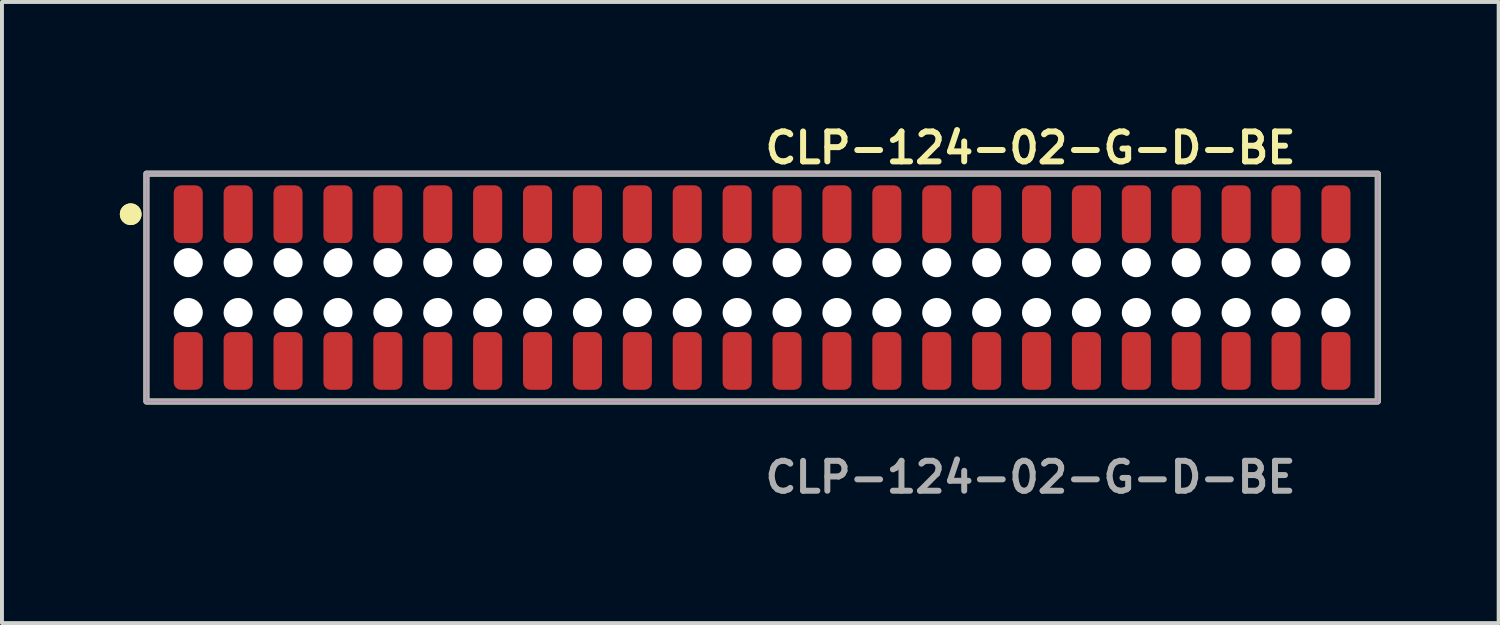
<source format=kicad_pcb>
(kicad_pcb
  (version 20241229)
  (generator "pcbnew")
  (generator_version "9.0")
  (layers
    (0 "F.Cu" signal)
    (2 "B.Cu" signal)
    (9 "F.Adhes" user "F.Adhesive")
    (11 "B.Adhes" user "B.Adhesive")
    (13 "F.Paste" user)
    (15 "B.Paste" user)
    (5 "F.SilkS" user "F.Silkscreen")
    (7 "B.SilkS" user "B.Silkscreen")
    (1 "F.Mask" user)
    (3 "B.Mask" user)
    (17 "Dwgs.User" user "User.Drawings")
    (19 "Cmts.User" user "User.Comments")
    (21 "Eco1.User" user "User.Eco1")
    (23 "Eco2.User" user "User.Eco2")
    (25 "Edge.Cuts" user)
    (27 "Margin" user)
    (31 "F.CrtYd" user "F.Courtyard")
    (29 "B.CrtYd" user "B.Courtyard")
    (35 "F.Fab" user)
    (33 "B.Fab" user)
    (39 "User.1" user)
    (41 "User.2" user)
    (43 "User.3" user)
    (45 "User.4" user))
  (footprint "CLP-124-02-G-D-BE"
    (layer "F.Cu")
    (at 16.346 4.269)
    (property "Reference" "CLP-124-02-G-D-BE" (at 0 -3.556 0) (unlocked yes) (layer "F.SilkS") (effects (font (size 0.762 0.762) (thickness 0.152)) (justify left)))
    (fp_rect (start -15.67 2.9) (end 15.67 -2.9) (stroke (width 0.152) (type solid)) (fill no) (layer "F.SilkS"))
    (fp_circle (center -16.07 -1.867) (end -16.27 -1.867) (stroke (width 0.152) (type solid)) (fill yes) (layer "F.SilkS"))
    (fp_circle (center -16.07 -1.867) (end -16.27 -1.867) (stroke (width 0.152) (type solid)) (fill yes) (layer "F.SilkS"))
    (fp_rect (start -15.67 2.9) (end 15.67 -2.9) (stroke (width 0.006) (type solid)) (fill no) (layer "F.CrtYd"))
    (fp_rect (start -15.67 2.9) (end 15.67 -2.9) (stroke (width 0.152) (type solid)) (fill no) (layer "F.Fab"))
    (fp_text user "${REFERENCE}" (at 0 4.826 0) (unlocked yes) (layer "F.Fab") (effects (font (size 0.762 0.762) (thickness 0.152)) (justify left)))
    (pad "" np_thru_hole circle (at -14.605 -0.635) (size 0.74 0.74) (drill 0.74) (layers "*.Cu" "*.Mask"))
    (pad "" np_thru_hole circle (at -14.605 0.635) (size 0.74 0.74) (drill 0.74) (layers "*.Cu" "*.Mask"))
    (pad "" np_thru_hole circle (at -13.335 -0.635) (size 0.74 0.74) (drill 0.74) (layers "*.Cu" "*.Mask"))
    (pad "" np_thru_hole circle (at -13.335 0.635) (size 0.74 0.74) (drill 0.74) (layers "*.Cu" "*.Mask"))
    (pad "" np_thru_hole circle (at -12.065 -0.635) (size 0.74 0.74) (drill 0.74) (layers "*.Cu" "*.Mask"))
    (pad "" np_thru_hole circle (at -12.065 0.635) (size 0.74 0.74) (drill 0.74) (layers "*.Cu" "*.Mask"))
    (pad "" np_thru_hole circle (at -10.795 -0.635) (size 0.74 0.74) (drill 0.74) (layers "*.Cu" "*.Mask"))
    (pad "" np_thru_hole circle (at -10.795 0.635) (size 0.74 0.74) (drill 0.74) (layers "*.Cu" "*.Mask"))
    (pad "" np_thru_hole circle (at -9.525 -0.635) (size 0.74 0.74) (drill 0.74) (layers "*.Cu" "*.Mask"))
    (pad "" np_thru_hole circle (at -9.525 0.635) (size 0.74 0.74) (drill 0.74) (layers "*.Cu" "*.Mask"))
    (pad "" np_thru_hole circle (at -8.255 -0.635) (size 0.74 0.74) (drill 0.74) (layers "*.Cu" "*.Mask"))
    (pad "" np_thru_hole circle (at -8.255 0.635) (size 0.74 0.74) (drill 0.74) (layers "*.Cu" "*.Mask"))
    (pad "" np_thru_hole circle (at -6.985 -0.635) (size 0.74 0.74) (drill 0.74) (layers "*.Cu" "*.Mask"))
    (pad "" np_thru_hole circle (at -6.985 0.635) (size 0.74 0.74) (drill 0.74) (layers "*.Cu" "*.Mask"))
    (pad "" np_thru_hole circle (at -5.715 -0.635) (size 0.74 0.74) (drill 0.74) (layers "*.Cu" "*.Mask"))
    (pad "" np_thru_hole circle (at -5.715 0.635) (size 0.74 0.74) (drill 0.74) (layers "*.Cu" "*.Mask"))
    (pad "" np_thru_hole circle (at -4.445 -0.635) (size 0.74 0.74) (drill 0.74) (layers "*.Cu" "*.Mask"))
    (pad "" np_thru_hole circle (at -4.445 0.635) (size 0.74 0.74) (drill 0.74) (layers "*.Cu" "*.Mask"))
    (pad "" np_thru_hole circle (at -3.175 -0.635) (size 0.74 0.74) (drill 0.74) (layers "*.Cu" "*.Mask"))
    (pad "" np_thru_hole circle (at -3.175 0.635) (size 0.74 0.74) (drill 0.74) (layers "*.Cu" "*.Mask"))
    (pad "" np_thru_hole circle (at -1.905 -0.635) (size 0.74 0.74) (drill 0.74) (layers "*.Cu" "*.Mask"))
    (pad "" np_thru_hole circle (at -1.905 0.635) (size 0.74 0.74) (drill 0.74) (layers "*.Cu" "*.Mask"))
    (pad "" np_thru_hole circle (at -0.635 -0.635) (size 0.74 0.74) (drill 0.74) (layers "*.Cu" "*.Mask"))
    (pad "" np_thru_hole circle (at -0.635 0.635) (size 0.74 0.74) (drill 0.74) (layers "*.Cu" "*.Mask"))
    (pad "" np_thru_hole circle (at 0.635 -0.635) (size 0.74 0.74) (drill 0.74) (layers "*.Cu" "*.Mask"))
    (pad "" np_thru_hole circle (at 0.635 0.635) (size 0.74 0.74) (drill 0.74) (layers "*.Cu" "*.Mask"))
    (pad "" np_thru_hole circle (at 1.905 -0.635) (size 0.74 0.74) (drill 0.74) (layers "*.Cu" "*.Mask"))
    (pad "" np_thru_hole circle (at 1.905 0.635) (size 0.74 0.74) (drill 0.74) (layers "*.Cu" "*.Mask"))
    (pad "" np_thru_hole circle (at 3.175 -0.635) (size 0.74 0.74) (drill 0.74) (layers "*.Cu" "*.Mask"))
    (pad "" np_thru_hole circle (at 3.175 0.635) (size 0.74 0.74) (drill 0.74) (layers "*.Cu" "*.Mask"))
    (pad "" np_thru_hole circle (at 4.445 -0.635) (size 0.74 0.74) (drill 0.74) (layers "*.Cu" "*.Mask"))
    (pad "" np_thru_hole circle (at 4.445 0.635) (size 0.74 0.74) (drill 0.74) (layers "*.Cu" "*.Mask"))
    (pad "" np_thru_hole circle (at 5.715 -0.635) (size 0.74 0.74) (drill 0.74) (layers "*.Cu" "*.Mask"))
    (pad "" np_thru_hole circle (at 5.715 0.635) (size 0.74 0.74) (drill 0.74) (layers "*.Cu" "*.Mask"))
    (pad "" np_thru_hole circle (at 6.985 -0.635) (size 0.74 0.74) (drill 0.74) (layers "*.Cu" "*.Mask"))
    (pad "" np_thru_hole circle (at 6.985 0.635) (size 0.74 0.74) (drill 0.74) (layers "*.Cu" "*.Mask"))
    (pad "" np_thru_hole circle (at 8.255 -0.635) (size 0.74 0.74) (drill 0.74) (layers "*.Cu" "*.Mask"))
    (pad "" np_thru_hole circle (at 8.255 0.635) (size 0.74 0.74) (drill 0.74) (layers "*.Cu" "*.Mask"))
    (pad "" np_thru_hole circle (at 9.525 -0.635) (size 0.74 0.74) (drill 0.74) (layers "*.Cu" "*.Mask"))
    (pad "" np_thru_hole circle (at 9.525 0.635) (size 0.74 0.74) (drill 0.74) (layers "*.Cu" "*.Mask"))
    (pad "" np_thru_hole circle (at 10.795 -0.635) (size 0.74 0.74) (drill 0.74) (layers "*.Cu" "*.Mask"))
    (pad "" np_thru_hole circle (at 10.795 0.635) (size 0.74 0.74) (drill 0.74) (layers "*.Cu" "*.Mask"))
    (pad "" np_thru_hole circle (at 12.065 -0.635) (size 0.74 0.74) (drill 0.74) (layers "*.Cu" "*.Mask"))
    (pad "" np_thru_hole circle (at 12.065 0.635) (size 0.74 0.74) (drill 0.74) (layers "*.Cu" "*.Mask"))
    (pad "" np_thru_hole circle (at 13.335 -0.635) (size 0.74 0.74) (drill 0.74) (layers "*.Cu" "*.Mask"))
    (pad "" np_thru_hole circle (at 13.335 0.635) (size 0.74 0.74) (drill 0.74) (layers "*.Cu" "*.Mask"))
    (pad "" np_thru_hole circle (at 14.605 -0.635) (size 0.74 0.74) (drill 0.74) (layers "*.Cu" "*.Mask"))
    (pad "" np_thru_hole circle (at 14.605 0.635) (size 0.74 0.74) (drill 0.74) (layers "*.Cu" "*.Mask"))
    (pad "1" smd roundrect (at -14.605 -1.867) (size 0.74 1.47) (layers "F.Cu" "F.Paste") (roundrect_rratio 0.25))
    (pad "2" smd roundrect (at -14.605 1.867) (size 0.74 1.47) (layers "F.Cu" "F.Paste") (roundrect_rratio 0.25))
    (pad "3" smd roundrect (at -13.335 -1.867) (size 0.74 1.47) (layers "F.Cu" "F.Paste") (roundrect_rratio 0.25))
    (pad "4" smd roundrect (at -13.335 1.867) (size 0.74 1.47) (layers "F.Cu" "F.Paste") (roundrect_rratio 0.25))
    (pad "5" smd roundrect (at -12.065 -1.867) (size 0.74 1.47) (layers "F.Cu" "F.Paste") (roundrect_rratio 0.25))
    (pad "6" smd roundrect (at -12.065 1.867) (size 0.74 1.47) (layers "F.Cu" "F.Paste") (roundrect_rratio 0.25))
    (pad "7" smd roundrect (at -10.795 -1.867) (size 0.74 1.47) (layers "F.Cu" "F.Paste") (roundrect_rratio 0.25))
    (pad "8" smd roundrect (at -10.795 1.867) (size 0.74 1.47) (layers "F.Cu" "F.Paste") (roundrect_rratio 0.25))
    (pad "9" smd roundrect (at -9.525 -1.867) (size 0.74 1.47) (layers "F.Cu" "F.Paste") (roundrect_rratio 0.25))
    (pad "10" smd roundrect (at -9.525 1.867) (size 0.74 1.47) (layers "F.Cu" "F.Paste") (roundrect_rratio 0.25))
    (pad "11" smd roundrect (at -8.255 -1.867) (size 0.74 1.47) (layers "F.Cu" "F.Paste") (roundrect_rratio 0.25))
    (pad "12" smd roundrect (at -8.255 1.867) (size 0.74 1.47) (layers "F.Cu" "F.Paste") (roundrect_rratio 0.25))
    (pad "13" smd roundrect (at -6.985 -1.867) (size 0.74 1.47) (layers "F.Cu" "F.Paste") (roundrect_rratio 0.25))
    (pad "14" smd roundrect (at -6.985 1.867) (size 0.74 1.47) (layers "F.Cu" "F.Paste") (roundrect_rratio 0.25))
    (pad "15" smd roundrect (at -5.715 -1.867) (size 0.74 1.47) (layers "F.Cu" "F.Paste") (roundrect_rratio 0.25))
    (pad "16" smd roundrect (at -5.715 1.867) (size 0.74 1.47) (layers "F.Cu" "F.Paste") (roundrect_rratio 0.25))
    (pad "17" smd roundrect (at -4.445 -1.867) (size 0.74 1.47) (layers "F.Cu" "F.Paste") (roundrect_rratio 0.25))
    (pad "18" smd roundrect (at -4.445 1.867) (size 0.74 1.47) (layers "F.Cu" "F.Paste") (roundrect_rratio 0.25))
    (pad "19" smd roundrect (at -3.175 -1.867) (size 0.74 1.47) (layers "F.Cu" "F.Paste") (roundrect_rratio 0.25))
    (pad "20" smd roundrect (at -3.175 1.867) (size 0.74 1.47) (layers "F.Cu" "F.Paste") (roundrect_rratio 0.25))
    (pad "21" smd roundrect (at -1.905 -1.867) (size 0.74 1.47) (layers "F.Cu" "F.Paste") (roundrect_rratio 0.25))
    (pad "22" smd roundrect (at -1.905 1.867) (size 0.74 1.47) (layers "F.Cu" "F.Paste") (roundrect_rratio 0.25))
    (pad "23" smd roundrect (at -0.635 -1.867) (size 0.74 1.47) (layers "F.Cu" "F.Paste") (roundrect_rratio 0.25))
    (pad "24" smd roundrect (at -0.635 1.867) (size 0.74 1.47) (layers "F.Cu" "F.Paste") (roundrect_rratio 0.25))
    (pad "25" smd roundrect (at 0.635 -1.867) (size 0.74 1.47) (layers "F.Cu" "F.Paste") (roundrect_rratio 0.25))
    (pad "26" smd roundrect (at 0.635 1.867) (size 0.74 1.47) (layers "F.Cu" "F.Paste") (roundrect_rratio 0.25))
    (pad "27" smd roundrect (at 1.905 -1.867) (size 0.74 1.47) (layers "F.Cu" "F.Paste") (roundrect_rratio 0.25))
    (pad "28" smd roundrect (at 1.905 1.867) (size 0.74 1.47) (layers "F.Cu" "F.Paste") (roundrect_rratio 0.25))
    (pad "29" smd roundrect (at 3.175 -1.867) (size 0.74 1.47) (layers "F.Cu" "F.Paste") (roundrect_rratio 0.25))
    (pad "30" smd roundrect (at 3.175 1.867) (size 0.74 1.47) (layers "F.Cu" "F.Paste") (roundrect_rratio 0.25))
    (pad "31" smd roundrect (at 4.445 -1.867) (size 0.74 1.47) (layers "F.Cu" "F.Paste") (roundrect_rratio 0.25))
    (pad "32" smd roundrect (at 4.445 1.867) (size 0.74 1.47) (layers "F.Cu" "F.Paste") (roundrect_rratio 0.25))
    (pad "33" smd roundrect (at 5.715 -1.867) (size 0.74 1.47) (layers "F.Cu" "F.Paste") (roundrect_rratio 0.25))
    (pad "34" smd roundrect (at 5.715 1.867) (size 0.74 1.47) (layers "F.Cu" "F.Paste") (roundrect_rratio 0.25))
    (pad "35" smd roundrect (at 6.985 -1.867) (size 0.74 1.47) (layers "F.Cu" "F.Paste") (roundrect_rratio 0.25))
    (pad "36" smd roundrect (at 6.985 1.867) (size 0.74 1.47) (layers "F.Cu" "F.Paste") (roundrect_rratio 0.25))
    (pad "37" smd roundrect (at 8.255 -1.867) (size 0.74 1.47) (layers "F.Cu" "F.Paste") (roundrect_rratio 0.25))
    (pad "38" smd roundrect (at 8.255 1.867) (size 0.74 1.47) (layers "F.Cu" "F.Paste") (roundrect_rratio 0.25))
    (pad "39" smd roundrect (at 9.525 -1.867) (size 0.74 1.47) (layers "F.Cu" "F.Paste") (roundrect_rratio 0.25))
    (pad "40" smd roundrect (at 9.525 1.867) (size 0.74 1.47) (layers "F.Cu" "F.Paste") (roundrect_rratio 0.25))
    (pad "41" smd roundrect (at 10.795 -1.867) (size 0.74 1.47) (layers "F.Cu" "F.Paste") (roundrect_rratio 0.25))
    (pad "42" smd roundrect (at 10.795 1.867) (size 0.74 1.47) (layers "F.Cu" "F.Paste") (roundrect_rratio 0.25))
    (pad "43" smd roundrect (at 12.065 -1.867) (size 0.74 1.47) (layers "F.Cu" "F.Paste") (roundrect_rratio 0.25))
    (pad "44" smd roundrect (at 12.065 1.867) (size 0.74 1.47) (layers "F.Cu" "F.Paste") (roundrect_rratio 0.25))
    (pad "45" smd roundrect (at 13.335 -1.867) (size 0.74 1.47) (layers "F.Cu" "F.Paste") (roundrect_rratio 0.25))
    (pad "46" smd roundrect (at 13.335 1.867) (size 0.74 1.47) (layers "F.Cu" "F.Paste") (roundrect_rratio 0.25))
    (pad "47" smd roundrect (at 14.605 -1.867) (size 0.74 1.47) (layers "F.Cu" "F.Paste") (roundrect_rratio 0.25))
    (pad "48" smd roundrect (at 14.605 1.867) (size 0.74 1.47) (layers "F.Cu" "F.Paste") (roundrect_rratio 0.25)))
  (gr_rect
    (start -3 -3)
    (end 35.092 12.808)
    (stroke (width 0.1) (type default))
    (fill no)
    (layer "Edge.Cuts")))
</source>
